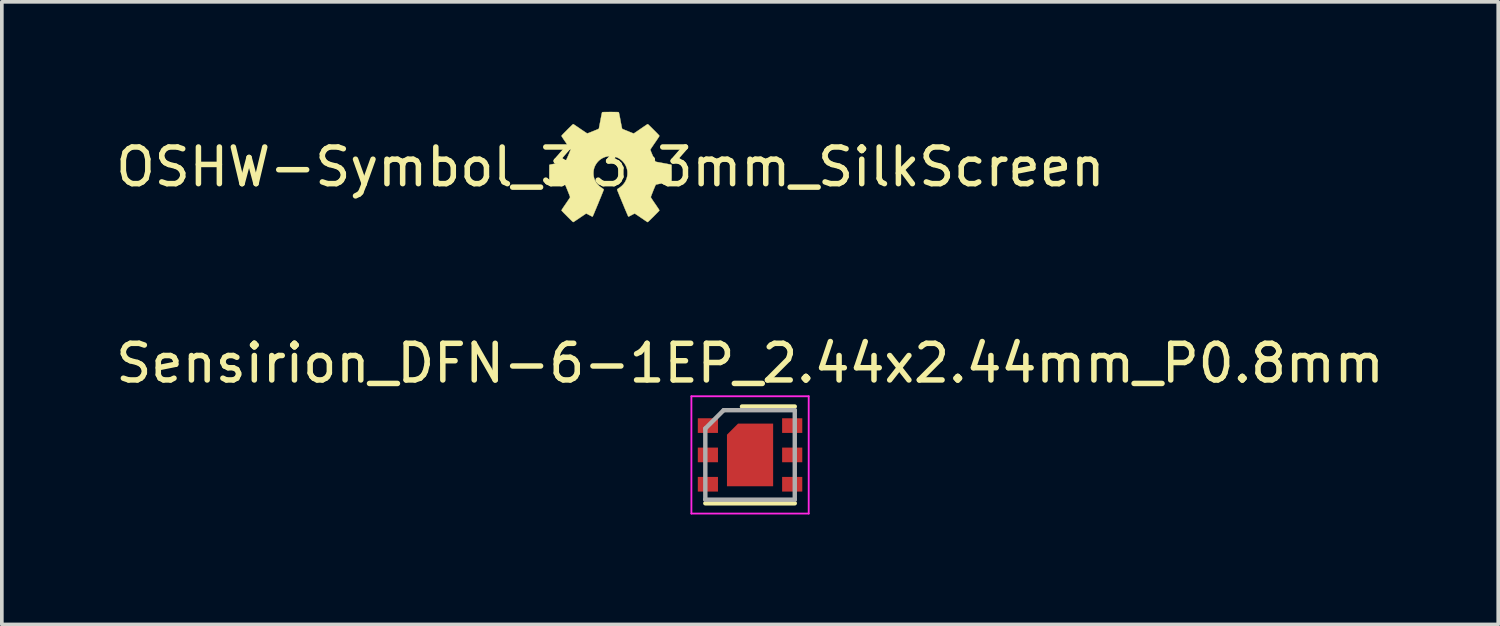
<source format=kicad_pcb>
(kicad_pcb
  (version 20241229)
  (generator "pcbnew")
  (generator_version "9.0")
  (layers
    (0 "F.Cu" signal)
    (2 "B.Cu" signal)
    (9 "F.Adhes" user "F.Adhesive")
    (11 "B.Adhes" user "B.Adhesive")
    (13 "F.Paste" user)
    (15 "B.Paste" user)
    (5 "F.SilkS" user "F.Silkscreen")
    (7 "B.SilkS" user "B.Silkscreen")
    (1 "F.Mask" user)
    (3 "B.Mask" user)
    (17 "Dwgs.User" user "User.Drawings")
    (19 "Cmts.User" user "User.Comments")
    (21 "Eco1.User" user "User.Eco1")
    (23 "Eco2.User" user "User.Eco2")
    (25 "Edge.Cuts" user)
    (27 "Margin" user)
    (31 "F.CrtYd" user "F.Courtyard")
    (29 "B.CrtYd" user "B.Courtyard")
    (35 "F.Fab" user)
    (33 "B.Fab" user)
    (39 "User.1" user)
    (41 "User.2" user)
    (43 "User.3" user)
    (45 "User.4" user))
  (footprint "Sensirion_DFN-6-1EP_2.44x2.44mm_P0.8mm"
    (layer "F.Cu")
    (at 17.411 9.36)
    (property "Reference" "Sensirion_DFN-6-1EP_2.44x2.44mm_P0.8mm" (at 0 -2.5 0) (layer "F.SilkS") (effects (font (size 1 1) (thickness 0.15))))
    (attr through_hole)
    (fp_line (start 1.22 -1.32) (end -0.22 -1.32) (stroke (width 0.12) (type solid)) (layer "F.SilkS"))
    (fp_line (start 1.22 1.32) (end -1.22 1.32) (stroke (width 0.12) (type solid)) (layer "F.SilkS"))
    (fp_line (start -1.6 -1.6) (end -1.6 1.6) (stroke (width 0.05) (type solid)) (layer "F.CrtYd"))
    (fp_line (start -1.6 1.6) (end 1.6 1.6) (stroke (width 0.05) (type solid)) (layer "F.CrtYd"))
    (fp_line (start 1.6 -1.6) (end -1.6 -1.6) (stroke (width 0.05) (type solid)) (layer "F.CrtYd"))
    (fp_line (start 1.6 1.6) (end 1.6 -1.6) (stroke (width 0.05) (type solid)) (layer "F.CrtYd"))
    (fp_line (start -1.22 -0.72) (end -1.22 1.22) (stroke (width 0.12) (type solid)) (layer "F.Fab"))
    (fp_line (start -1.22 1.22) (end 1.22 1.22) (stroke (width 0.12) (type solid)) (layer "F.Fab"))
    (fp_line (start -0.72 -1.22) (end -1.22 -0.72) (stroke (width 0.12) (type solid)) (layer "F.Fab"))
    (fp_line (start 1.22 -1.22) (end -0.72 -1.22) (stroke (width 0.12) (type solid)) (layer "F.Fab"))
    (fp_line (start 1.22 -1.22) (end 1.22 1.22) (stroke (width 0.12) (type solid)) (layer "F.Fab"))
    (pad "1" smd rect (at -1.15 -0.8) (size 0.55 0.4) (layers "F.Cu" "F.Mask" "F.Paste"))
    (pad "2" smd rect (at -1.15 0) (size 0.55 0.4) (layers "F.Cu" "F.Mask" "F.Paste"))
    (pad "3" smd rect (at -1.15 0.8) (size 0.55 0.4) (layers "F.Cu" "F.Mask" "F.Paste"))
    (pad "4" smd rect (at 1.15 0.8) (size 0.55 0.4) (layers "F.Cu" "F.Mask" "F.Paste"))
    (pad "5" smd rect (at 1.15 0) (size 0.55 0.4) (layers "F.Cu" "F.Mask" "F.Paste"))
    (pad "6" smd rect (at 1.15 -0.8) (size 0.55 0.4) (layers "F.Cu" "F.Mask" "F.Paste"))
    (pad "7" smd custom (at 0 0) (size 0.55 0.4) (layers "F.Cu" "F.Mask" "F.Paste") (options (anchor rect)) (primitives (gr_poly (pts (xy 0.625 0.85) (xy -0.625 0.85) (xy -0.625 -0.55) (xy -0.325 -0.85) (xy 0.625 -0.85)) (width 0.01) (fill yes)))))
  (footprint "OSHW-Symbol_3.3x3mm_SilkScreen"
    (layer "F.Cu")
    (at 13.601 1.505)
    (property "Reference" "OSHW-Symbol_3.3x3mm_SilkScreen" (at 0 0 0) (layer "F.SilkS") (effects (font (size 1 1) (thickness 0.15))))
    (attr exclude_from_pos_files exclude_from_bom)
    (fp_poly (pts (xy 0.026 -1.5) (xy 0.061 -1.499) (xy 0.094 -1.499) (xy 0.126 -1.499) (xy 0.154 -1.498) (xy 0.179 -1.498) (xy 0.2 -1.497) (xy 0.215 -1.496) (xy 0.224 -1.495) (xy 0.227 -1.494) (xy 0.228 -1.492) (xy 0.23 -1.487) (xy 0.233 -1.479) (xy 0.235 -1.468) (xy 0.239 -1.453) (xy 0.243 -1.433) (xy 0.248 -1.409) (xy 0.254 -1.379) (xy 0.261 -1.343) (xy 0.269 -1.3) (xy 0.274 -1.272) (xy 0.281 -1.233) (xy 0.288 -1.196) (xy 0.295 -1.162) (xy 0.301 -1.131) (xy 0.306 -1.103) (xy 0.311 -1.081) (xy 0.315 -1.063) (xy 0.317 -1.052) (xy 0.319 -1.047) (xy 0.319 -1.047) (xy 0.324 -1.04) (xy 0.327 -1.037) (xy 0.387 -1.012) (xy 0.441 -0.991) (xy 0.487 -0.972) (xy 0.527 -0.955) (xy 0.561 -0.942) (xy 0.588 -0.931) (xy 0.609 -0.923) (xy 0.623 -0.918) (xy 0.631 -0.915) (xy 0.633 -0.915) (xy 0.635 -0.915) (xy 0.637 -0.915) (xy 0.639 -0.915) (xy 0.642 -0.917) (xy 0.646 -0.919) (xy 0.652 -0.923) (xy 0.66 -0.928) (xy 0.671 -0.935) (xy 0.685 -0.945) (xy 0.703 -0.957) (xy 0.725 -0.971) (xy 0.75 -0.989) (xy 0.781 -1.01) (xy 0.817 -1.035) (xy 0.84 -1.051) (xy 0.871 -1.072) (xy 0.9 -1.092) (xy 0.927 -1.11) (xy 0.951 -1.126) (xy 0.971 -1.14) (xy 0.988 -1.151) (xy 1 -1.159) (xy 1.007 -1.164) (xy 1.008 -1.165) (xy 1.016 -1.167) (xy 1.024 -1.165) (xy 1.026 -1.164) (xy 1.031 -1.16) (xy 1.04 -1.152) (xy 1.053 -1.14) (xy 1.069 -1.123) (xy 1.089 -1.104) (xy 1.112 -1.082) (xy 1.137 -1.057) (xy 1.163 -1.031) (xy 1.186 -1.008) (xy 1.218 -0.976) (xy 1.245 -0.949) (xy 1.268 -0.926) (xy 1.286 -0.907) (xy 1.301 -0.891) (xy 1.313 -0.879) (xy 1.322 -0.869) (xy 1.328 -0.861) (xy 1.332 -0.856) (xy 1.335 -0.852) (xy 1.336 -0.848) (xy 1.336 -0.847) (xy 1.335 -0.843) (xy 1.331 -0.837) (xy 1.325 -0.826) (xy 1.317 -0.813) (xy 1.305 -0.795) (xy 1.291 -0.772) (xy 1.272 -0.746) (xy 1.251 -0.713) (xy 1.225 -0.676) (xy 1.214 -0.66) (xy 1.192 -0.628) (xy 1.171 -0.597) (xy 1.152 -0.569) (xy 1.135 -0.543) (xy 1.12 -0.52) (xy 1.107 -0.502) (xy 1.098 -0.487) (xy 1.092 -0.478) (xy 1.09 -0.474) (xy 1.091 -0.47) (xy 1.092 -0.464) (xy 1.095 -0.453) (xy 1.101 -0.439) (xy 1.108 -0.421) (xy 1.117 -0.397) (xy 1.129 -0.369) (xy 1.144 -0.334) (xy 1.154 -0.311) (xy 1.168 -0.278) (xy 1.182 -0.247) (xy 1.194 -0.22) (xy 1.205 -0.196) (xy 1.214 -0.176) (xy 1.221 -0.161) (xy 1.226 -0.152) (xy 1.228 -0.15) (xy 1.233 -0.146) (xy 1.242 -0.143) (xy 1.256 -0.139) (xy 1.275 -0.135) (xy 1.296 -0.131) (xy 1.356 -0.12) (xy 1.411 -0.11) (xy 1.461 -0.101) (xy 1.507 -0.092) (xy 1.547 -0.085) (xy 1.581 -0.078) (xy 1.61 -0.072) (xy 1.632 -0.068) (xy 1.648 -0.065) (xy 1.657 -0.062) (xy 1.659 -0.062) (xy 1.665 -0.056) (xy 1.667 -0.052) (xy 1.668 -0.048) (xy 1.668 -0.037) (xy 1.669 -0.019) (xy 1.669 0.003) (xy 1.669 0.03) (xy 1.669 0.061) (xy 1.669 0.096) (xy 1.67 0.133) (xy 1.67 0.171) (xy 1.67 0.217) (xy 1.67 0.256) (xy 1.67 0.289) (xy 1.669 0.316) (xy 1.669 0.339) (xy 1.668 0.356) (xy 1.668 0.37) (xy 1.667 0.381) (xy 1.665 0.388) (xy 1.664 0.393) (xy 1.662 0.396) (xy 1.659 0.398) (xy 1.656 0.4) (xy 1.653 0.401) (xy 1.652 0.401) (xy 1.648 0.402) (xy 1.637 0.404) (xy 1.62 0.407) (xy 1.598 0.411) (xy 1.571 0.416) (xy 1.541 0.422) (xy 1.507 0.428) (xy 1.471 0.435) (xy 1.446 0.439) (xy 1.402 0.448) (xy 1.364 0.455) (xy 1.333 0.461) (xy 1.307 0.466) (xy 1.286 0.47) (xy 1.269 0.474) (xy 1.257 0.477) (xy 1.248 0.479) (xy 1.242 0.481) (xy 1.239 0.483) (xy 1.239 0.484) (xy 1.236 0.489) (xy 1.23 0.499) (xy 1.223 0.516) (xy 1.214 0.536) (xy 1.204 0.56) (xy 1.193 0.586) (xy 1.181 0.615) (xy 1.169 0.644) (xy 1.158 0.674) (xy 1.146 0.703) (xy 1.135 0.731) (xy 1.125 0.757) (xy 1.117 0.779) (xy 1.11 0.798) (xy 1.105 0.812) (xy 1.103 0.821) (xy 1.103 0.823) (xy 1.104 0.826) (xy 1.106 0.832) (xy 1.111 0.841) (xy 1.118 0.853) (xy 1.128 0.868) (xy 1.14 0.887) (xy 1.156 0.911) (xy 1.175 0.94) (xy 1.198 0.973) (xy 1.219 1.004) (xy 1.248 1.045) (xy 1.272 1.082) (xy 1.293 1.112) (xy 1.309 1.137) (xy 1.321 1.156) (xy 1.33 1.17) (xy 1.335 1.179) (xy 1.336 1.183) (xy 1.335 1.186) (xy 1.332 1.19) (xy 1.327 1.197) (xy 1.319 1.206) (xy 1.308 1.218) (xy 1.294 1.233) (xy 1.276 1.251) (xy 1.254 1.273) (xy 1.228 1.3) (xy 1.197 1.331) (xy 1.181 1.348) (xy 1.145 1.383) (xy 1.113 1.414) (xy 1.087 1.44) (xy 1.065 1.461) (xy 1.047 1.478) (xy 1.034 1.49) (xy 1.025 1.498) (xy 1.019 1.502) (xy 1.017 1.503) (xy 1.016 1.503) (xy 1.013 1.502) (xy 1.01 1.501) (xy 1.006 1.499) (xy 1 1.495) (xy 0.992 1.49) (xy 0.982 1.483) (xy 0.968 1.474) (xy 0.951 1.463) (xy 0.931 1.449) (xy 0.906 1.432) (xy 0.876 1.411) (xy 0.841 1.388) (xy 0.801 1.36) (xy 0.799 1.359) (xy 0.771 1.34) (xy 0.746 1.323) (xy 0.722 1.307) (xy 0.702 1.294) (xy 0.685 1.283) (xy 0.673 1.275) (xy 0.665 1.271) (xy 0.663 1.27) (xy 0.658 1.272) (xy 0.647 1.277) (xy 0.632 1.284) (xy 0.614 1.293) (xy 0.593 1.304) (xy 0.581 1.31) (xy 0.56 1.322) (xy 0.54 1.332) (xy 0.523 1.341) (xy 0.51 1.347) (xy 0.503 1.351) (xy 0.501 1.352) (xy 0.494 1.351) (xy 0.487 1.348) (xy 0.485 1.343) (xy 0.48 1.333) (xy 0.473 1.317) (xy 0.464 1.296) (xy 0.453 1.27) (xy 0.44 1.241) (xy 0.426 1.207) (xy 0.41 1.171) (xy 0.394 1.132) (xy 0.377 1.092) (xy 0.36 1.05) (xy 0.342 1.007) (xy 0.324 0.964) (xy 0.306 0.921) (xy 0.289 0.879) (xy 0.272 0.839) (xy 0.256 0.8) (xy 0.241 0.763) (xy 0.228 0.73) (xy 0.216 0.7) (xy 0.205 0.674) (xy 0.197 0.652) (xy 0.19 0.636) (xy 0.186 0.625) (xy 0.185 0.62) (xy 0.186 0.613) (xy 0.188 0.608) (xy 0.194 0.602) (xy 0.204 0.595) (xy 0.212 0.59) (xy 0.264 0.555) (xy 0.309 0.518) (xy 0.348 0.479) (xy 0.381 0.438) (xy 0.408 0.394) (xy 0.417 0.377) (xy 0.439 0.326) (xy 0.455 0.272) (xy 0.464 0.217) (xy 0.466 0.161) (xy 0.463 0.105) (xy 0.452 0.051) (xy 0.44 0.014) (xy 0.418 -0.039) (xy 0.389 -0.088) (xy 0.355 -0.133) (xy 0.316 -0.174) (xy 0.272 -0.209) (xy 0.225 -0.239) (xy 0.202 -0.251) (xy 0.148 -0.272) (xy 0.094 -0.286) (xy 0.039 -0.294) (xy -0.015 -0.295) (xy -0.069 -0.29) (xy -0.122 -0.279) (xy -0.173 -0.262) (xy -0.221 -0.239) (xy -0.267 -0.21) (xy -0.31 -0.176) (xy -0.348 -0.137) (xy -0.382 -0.093) (xy -0.411 -0.045) (xy -0.432 -0.000289) (xy -0.446 0.043) (xy -0.456 0.087) (xy -0.461 0.134) (xy -0.462 0.171) (xy -0.46 0.22) (xy -0.454 0.264) (xy -0.443 0.307) (xy -0.427 0.35) (xy -0.415 0.376) (xy -0.39 0.419) (xy -0.361 0.459) (xy -0.327 0.497) (xy -0.287 0.534) (xy -0.241 0.568) (xy -0.209 0.59) (xy -0.196 0.598) (xy -0.187 0.605) (xy -0.183 0.61) (xy -0.182 0.616) (xy -0.182 0.62) (xy -0.183 0.624) (xy -0.187 0.635) (xy -0.193 0.651) (xy -0.202 0.672) (xy -0.212 0.698) (xy -0.224 0.728) (xy -0.238 0.761) (xy -0.252 0.798) (xy -0.268 0.836) (xy -0.285 0.877) (xy -0.302 0.919) (xy -0.32 0.962) (xy -0.337 1.005) (xy -0.355 1.048) (xy -0.373 1.09) (xy -0.389 1.13) (xy -0.406 1.169) (xy -0.421 1.205) (xy -0.435 1.239) (xy -0.447 1.269) (xy -0.458 1.295) (xy -0.468 1.316) (xy -0.475 1.332) (xy -0.48 1.343) (xy -0.482 1.347) (xy -0.482 1.347) (xy -0.488 1.353) (xy -0.491 1.354) (xy -0.495 1.352) (xy -0.505 1.348) (xy -0.519 1.341) (xy -0.537 1.331) (xy -0.557 1.321) (xy -0.574 1.312) (xy -0.596 1.301) (xy -0.616 1.29) (xy -0.634 1.281) (xy -0.647 1.275) (xy -0.657 1.271) (xy -0.66 1.27) (xy -0.664 1.272) (xy -0.674 1.278) (xy -0.688 1.287) (xy -0.707 1.3) (xy -0.729 1.314) (xy -0.755 1.332) (xy -0.783 1.351) (xy -0.814 1.371) (xy -0.836 1.387) (xy -0.872 1.411) (xy -0.904 1.433) (xy -0.933 1.452) (xy -0.958 1.469) (xy -0.979 1.483) (xy -0.996 1.493) (xy -1.007 1.5) (xy -1.013 1.503) (xy -1.013 1.503) (xy -1.017 1.501) (xy -1.023 1.496) (xy -1.033 1.488) (xy -1.046 1.477) (xy -1.062 1.461) (xy -1.083 1.441) (xy -1.108 1.416) (xy -1.137 1.387) (xy -1.171 1.354) (xy -1.177 1.347) (xy -1.21 1.314) (xy -1.238 1.286) (xy -1.262 1.262) (xy -1.282 1.242) (xy -1.297 1.225) (xy -1.31 1.212) (xy -1.319 1.202) (xy -1.326 1.194) (xy -1.33 1.188) (xy -1.332 1.184) (xy -1.332 1.183) (xy -1.33 1.178) (xy -1.326 1.169) (xy -1.317 1.155) (xy -1.305 1.136) (xy -1.29 1.112) (xy -1.27 1.083) (xy -1.247 1.049) (xy -1.219 1.008) (xy -1.216 1.003) (xy -1.189 0.965) (xy -1.167 0.932) (xy -1.149 0.905) (xy -1.133 0.882) (xy -1.121 0.863) (xy -1.112 0.849) (xy -1.106 0.838) (xy -1.101 0.83) (xy -1.099 0.824) (xy -1.099 0.822) (xy -1.1 0.816) (xy -1.104 0.804) (xy -1.11 0.788) (xy -1.118 0.766) (xy -1.127 0.742) (xy -1.138 0.715) (xy -1.149 0.686) (xy -1.161 0.657) (xy -1.173 0.627) (xy -1.185 0.598) (xy -1.196 0.57) (xy -1.207 0.545) (xy -1.216 0.523) (xy -1.224 0.505) (xy -1.23 0.492) (xy -1.234 0.485) (xy -1.235 0.483) (xy -1.238 0.482) (xy -1.243 0.48) (xy -1.251 0.477) (xy -1.262 0.474) (xy -1.277 0.471) (xy -1.297 0.467) (xy -1.321 0.462) (xy -1.351 0.456) (xy -1.386 0.45) (xy -1.428 0.442) (xy -1.447 0.438) (xy -1.494 0.429) (xy -1.534 0.422) (xy -1.568 0.415) (xy -1.595 0.41) (xy -1.618 0.405) (xy -1.635 0.401) (xy -1.647 0.398) (xy -1.655 0.396) (xy -1.659 0.394) (xy -1.659 0.394) (xy -1.66 0.392) (xy -1.662 0.39) (xy -1.663 0.387) (xy -1.664 0.382) (xy -1.664 0.375) (xy -1.665 0.365) (xy -1.665 0.352) (xy -1.666 0.335) (xy -1.666 0.314) (xy -1.666 0.287) (xy -1.666 0.255) (xy -1.666 0.217) (xy -1.666 0.172) (xy -1.666 0.17) (xy -1.666 0.131) (xy -1.666 0.094) (xy -1.666 0.06) (xy -1.665 0.029) (xy -1.665 0.002) (xy -1.665 -0.02) (xy -1.665 -0.037) (xy -1.664 -0.048) (xy -1.664 -0.052) (xy -1.659 -0.059) (xy -1.655 -0.062) (xy -1.651 -0.063) (xy -1.639 -0.065) (xy -1.623 -0.069) (xy -1.6 -0.073) (xy -1.574 -0.078) (xy -1.543 -0.084) (xy -1.509 -0.091) (xy -1.473 -0.098) (xy -1.442 -0.103) (xy -1.394 -0.112) (xy -1.352 -0.12) (xy -1.317 -0.127) (xy -1.289 -0.133) (xy -1.266 -0.138) (xy -1.248 -0.142) (xy -1.236 -0.145) (xy -1.229 -0.147) (xy -1.227 -0.148) (xy -1.223 -0.153) (xy -1.217 -0.164) (xy -1.209 -0.18) (xy -1.2 -0.2) (xy -1.189 -0.224) (xy -1.177 -0.25) (xy -1.165 -0.278) (xy -1.152 -0.307) (xy -1.14 -0.336) (xy -1.128 -0.364) (xy -1.117 -0.391) (xy -1.107 -0.415) (xy -1.099 -0.436) (xy -1.092 -0.453) (xy -1.088 -0.466) (xy -1.087 -0.472) (xy -1.087 -0.473) (xy -1.089 -0.477) (xy -1.095 -0.488) (xy -1.105 -0.503) (xy -1.117 -0.522) (xy -1.133 -0.545) (xy -1.15 -0.571) (xy -1.17 -0.6) (xy -1.191 -0.631) (xy -1.21 -0.66) (xy -1.237 -0.699) (xy -1.261 -0.733) (xy -1.28 -0.762) (xy -1.296 -0.786) (xy -1.309 -0.806) (xy -1.319 -0.821) (xy -1.326 -0.833) (xy -1.33 -0.841) (xy -1.332 -0.846) (xy -1.332 -0.847) (xy -1.331 -0.85) (xy -1.33 -0.854) (xy -1.326 -0.859) (xy -1.321 -0.866) (xy -1.313 -0.874) (xy -1.303 -0.886) (xy -1.289 -0.9) (xy -1.272 -0.918) (xy -1.251 -0.939) (xy -1.226 -0.964) (xy -1.196 -0.994) (xy -1.181 -1.01) (xy -1.153 -1.038) (xy -1.127 -1.064) (xy -1.102 -1.088) (xy -1.08 -1.11) (xy -1.061 -1.128) (xy -1.045 -1.144) (xy -1.032 -1.155) (xy -1.024 -1.163) (xy -1.021 -1.165) (xy -1.012 -1.167) (xy -1.007 -1.166) (xy -1.003 -1.164) (xy -0.994 -1.158) (xy -0.98 -1.148) (xy -0.961 -1.136) (xy -0.939 -1.121) (xy -0.913 -1.103) (xy -0.884 -1.084) (xy -0.853 -1.063) (xy -0.821 -1.04) (xy -0.82 -1.039) (xy -0.784 -1.015) (xy -0.751 -0.993) (xy -0.721 -0.973) (xy -0.695 -0.955) (xy -0.672 -0.94) (xy -0.654 -0.929) (xy -0.64 -0.92) (xy -0.632 -0.916) (xy -0.63 -0.915) (xy -0.625 -0.916) (xy -0.615 -0.92) (xy -0.599 -0.926) (xy -0.579 -0.933) (xy -0.556 -0.942) (xy -0.531 -0.952) (xy -0.504 -0.963) (xy -0.476 -0.974) (xy -0.448 -0.986) (xy -0.421 -0.997) (xy -0.396 -1.007) (xy -0.373 -1.016) (xy -0.353 -1.024) (xy -0.338 -1.031) (xy -0.328 -1.035) (xy -0.326 -1.036) (xy -0.318 -1.042) (xy -0.314 -1.048) (xy -0.313 -1.053) (xy -0.31 -1.064) (xy -0.307 -1.081) (xy -0.303 -1.103) (xy -0.297 -1.13) (xy -0.292 -1.161) (xy -0.285 -1.195) (xy -0.278 -1.231) (xy -0.271 -1.27) (xy -0.27 -1.272) (xy -0.262 -1.318) (xy -0.254 -1.358) (xy -0.248 -1.391) (xy -0.242 -1.419) (xy -0.238 -1.441) (xy -0.234 -1.459) (xy -0.231 -1.473) (xy -0.228 -1.482) (xy -0.226 -1.489) (xy -0.224 -1.493) (xy -0.223 -1.494) (xy -0.218 -1.495) (xy -0.206 -1.496) (xy -0.189 -1.497) (xy -0.167 -1.498) (xy -0.141 -1.498) (xy -0.111 -1.499) (xy -0.079 -1.499) (xy -0.045 -1.499) (xy -0.01 -1.5) (xy 0.026 -1.5)) (stroke (width 0.01) (type solid)) (fill yes) (layer "F.SilkS")))
  (gr_rect
    (start -3 -3)
    (end 37.821 13.985)
    (stroke (width 0.1) (type default))
    (fill no)
    (layer "Edge.Cuts")))
</source>
